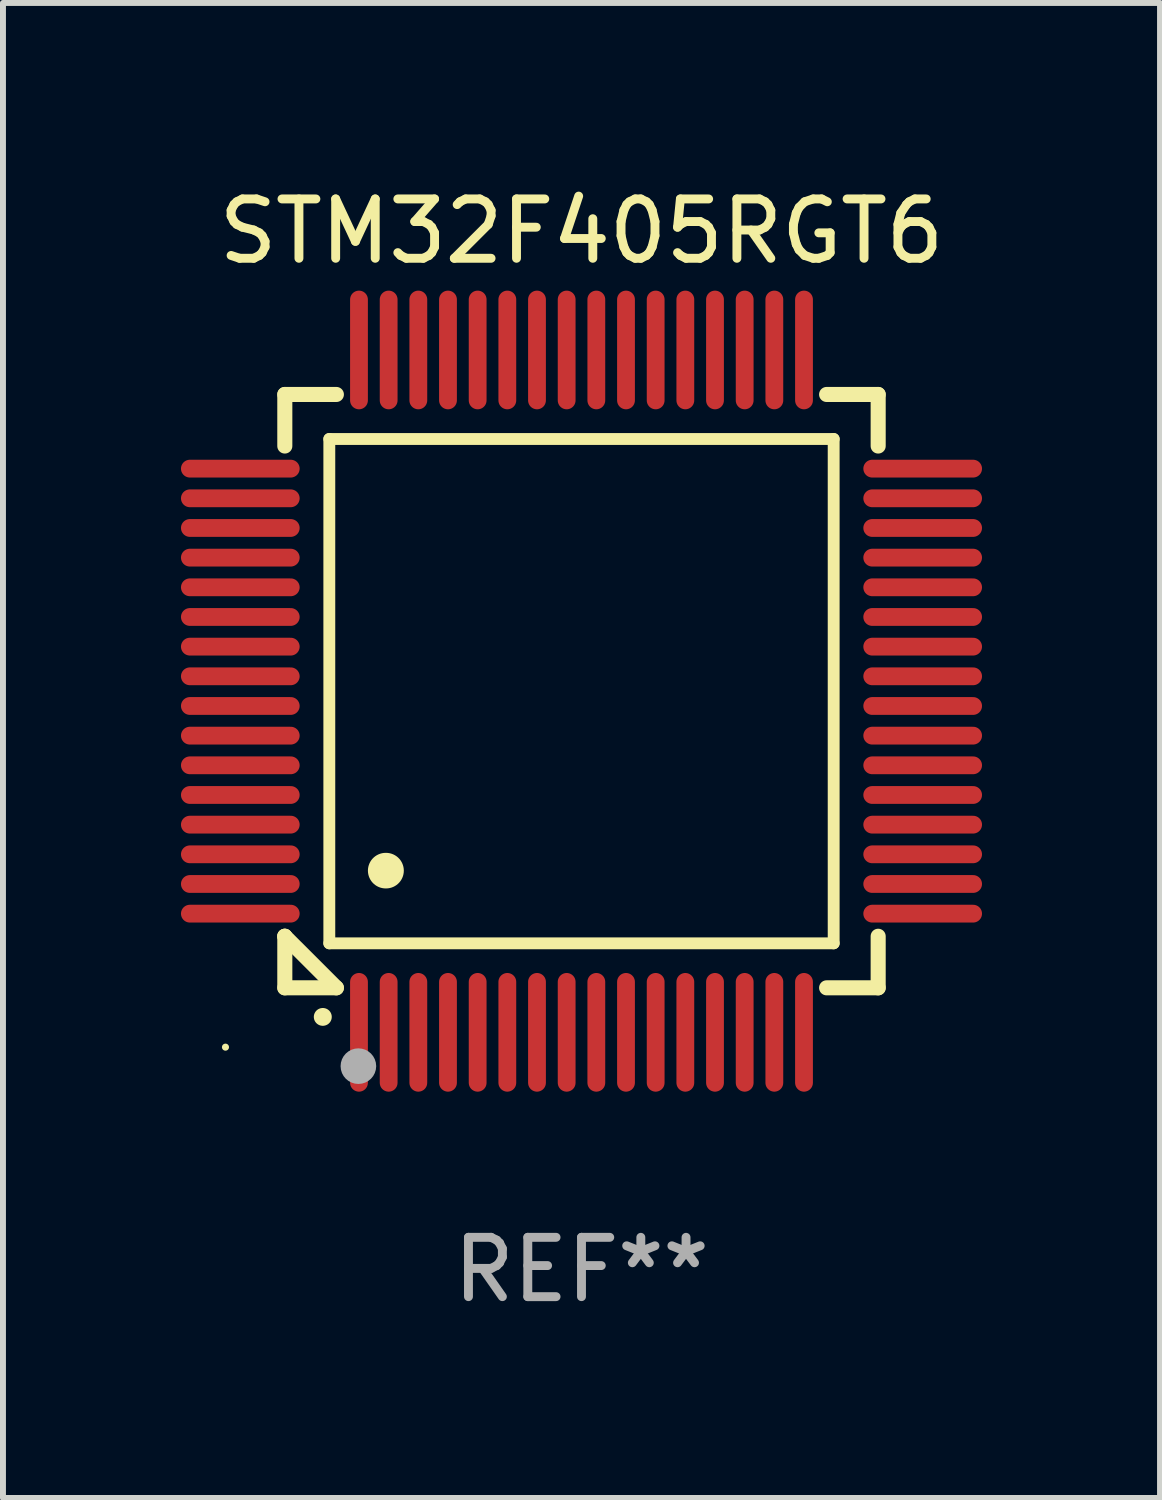
<source format=kicad_pcb>
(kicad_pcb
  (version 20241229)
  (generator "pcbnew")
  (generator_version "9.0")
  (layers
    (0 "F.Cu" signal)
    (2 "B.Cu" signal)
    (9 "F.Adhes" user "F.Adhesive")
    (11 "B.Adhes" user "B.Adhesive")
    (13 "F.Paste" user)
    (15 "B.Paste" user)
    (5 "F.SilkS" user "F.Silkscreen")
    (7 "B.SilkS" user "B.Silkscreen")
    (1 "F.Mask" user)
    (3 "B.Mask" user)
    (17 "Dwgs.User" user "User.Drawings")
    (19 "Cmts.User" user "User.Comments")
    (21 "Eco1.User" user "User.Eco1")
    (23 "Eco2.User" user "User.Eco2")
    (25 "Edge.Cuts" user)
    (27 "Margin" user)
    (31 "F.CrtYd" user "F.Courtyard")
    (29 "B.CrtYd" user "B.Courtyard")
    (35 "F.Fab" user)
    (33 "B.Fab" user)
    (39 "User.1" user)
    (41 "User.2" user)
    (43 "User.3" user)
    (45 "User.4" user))
  (footprint "STM32F405RGT6"
    (layer "F.Cu")
    (at 6.75 8.598)
    (property "Reference" "STM32F405RGT6" (at 0 -7.75 0) (layer "F.SilkS") (effects (font (size 1 1) (thickness 0.15))))
    (attr through_hole)
    (fp_line (start -5 -5) (end -4.131 -5) (stroke (width 0.254) (type solid)) (layer "F.SilkS"))
    (fp_line (start -5 -4.131) (end -5 -5) (stroke (width 0.254) (type solid)) (layer "F.SilkS"))
    (fp_line (start -5 4.131) (end -5 4.131) (stroke (width 0.254) (type solid)) (layer "F.SilkS"))
    (fp_line (start -5 5) (end -5 4.131) (stroke (width 0.254) (type solid)) (layer "F.SilkS"))
    (fp_line (start -5 4.131) (end -4.131 5) (stroke (width 0.254) (type solid)) (layer "F.SilkS"))
    (fp_line (start -4.25 -4.25) (end -4.25 4.25) (stroke (width 0.2) (type solid)) (layer "F.SilkS"))
    (fp_line (start -4.25 4.25) (end 4.25 4.25) (stroke (width 0.2) (type solid)) (layer "F.SilkS"))
    (fp_line (start -4.131 5) (end -5 5) (stroke (width 0.254) (type solid)) (layer "F.SilkS"))
    (fp_line (start 4.25 -4.25) (end -4.25 -4.25) (stroke (width 0.2) (type solid)) (layer "F.SilkS"))
    (fp_line (start 4.25 4.25) (end 4.25 -4.25) (stroke (width 0.2) (type solid)) (layer "F.SilkS"))
    (fp_line (start 5 -5) (end 4.131 -5) (stroke (width 0.254) (type solid)) (layer "F.SilkS"))
    (fp_line (start 5 -5) (end 5 -4.131) (stroke (width 0.254) (type solid)) (layer "F.SilkS"))
    (fp_line (start 5 4.131) (end 5 5) (stroke (width 0.254) (type solid)) (layer "F.SilkS"))
    (fp_line (start 5 5) (end 4.131 5) (stroke (width 0.254) (type solid)) (layer "F.SilkS"))
    (fp_arc (start -4.361265 5.489992) (mid -4.359995 5.489987) (end -4.358725 5.489992) (stroke (width 0.3) (type solid)) (layer "F.SilkS"))
    (fp_arc (start -3.299467 3.025146) (mid -3.296927 3.025135) (end -3.294387 3.025146) (stroke (width 0.6) (type solid)) (layer "F.SilkS"))
    (fp_circle (center -6 6) (end -5.97 6) (stroke (width 0.06) (type solid)) (fill no) (layer "F.SilkS"))
    (fp_circle (center -3.76 6.32) (end -3.61 6.32) (stroke (width 0.3) (type solid)) (fill no) (layer "F.Fab"))
    (fp_text user "REF**" (at 0 9.75 0) (layer "F.Fab") (effects (font (size 1 1) (thickness 0.15))))
    (pad "1" smd oval (at -3.75 5.75) (size 0.3 2) (layers "F.Cu" "F.Mask" "F.Paste"))
    (pad "2" smd oval (at -3.25 5.75) (size 0.3 2) (layers "F.Cu" "F.Mask" "F.Paste"))
    (pad "3" smd oval (at -2.75 5.75) (size 0.3 2) (layers "F.Cu" "F.Mask" "F.Paste"))
    (pad "4" smd oval (at -2.25 5.75) (size 0.3 2) (layers "F.Cu" "F.Mask" "F.Paste"))
    (pad "5" smd oval (at -1.75 5.75) (size 0.3 2) (layers "F.Cu" "F.Mask" "F.Paste"))
    (pad "6" smd oval (at -1.25 5.75) (size 0.3 2) (layers "F.Cu" "F.Mask" "F.Paste"))
    (pad "7" smd oval (at -0.75 5.75) (size 0.3 2) (layers "F.Cu" "F.Mask" "F.Paste"))
    (pad "8" smd oval (at -0.25 5.75) (size 0.3 2) (layers "F.Cu" "F.Mask" "F.Paste"))
    (pad "9" smd oval (at 0.25 5.75) (size 0.3 2) (layers "F.Cu" "F.Mask" "F.Paste"))
    (pad "10" smd oval (at 0.75 5.75) (size 0.3 2) (layers "F.Cu" "F.Mask" "F.Paste"))
    (pad "11" smd oval (at 1.25 5.75) (size 0.3 2) (layers "F.Cu" "F.Mask" "F.Paste"))
    (pad "12" smd oval (at 1.75 5.75) (size 0.3 2) (layers "F.Cu" "F.Mask" "F.Paste"))
    (pad "13" smd oval (at 2.25 5.75) (size 0.3 2) (layers "F.Cu" "F.Mask" "F.Paste"))
    (pad "14" smd oval (at 2.75 5.75) (size 0.3 2) (layers "F.Cu" "F.Mask" "F.Paste"))
    (pad "15" smd oval (at 3.25 5.75) (size 0.3 2) (layers "F.Cu" "F.Mask" "F.Paste"))
    (pad "16" smd oval (at 3.75 5.75) (size 0.3 2) (layers "F.Cu" "F.Mask" "F.Paste"))
    (pad "17" smd oval (at 5.75 3.75) (size 2 0.3) (layers "F.Cu" "F.Mask" "F.Paste"))
    (pad "18" smd oval (at 5.75 3.25) (size 2 0.3) (layers "F.Cu" "F.Mask" "F.Paste"))
    (pad "19" smd oval (at 5.75 2.75) (size 2 0.3) (layers "F.Cu" "F.Mask" "F.Paste"))
    (pad "20" smd oval (at 5.75 2.25) (size 2 0.3) (layers "F.Cu" "F.Mask" "F.Paste"))
    (pad "21" smd oval (at 5.75 1.75) (size 2 0.3) (layers "F.Cu" "F.Mask" "F.Paste"))
    (pad "22" smd oval (at 5.75 1.25) (size 2 0.3) (layers "F.Cu" "F.Mask" "F.Paste"))
    (pad "23" smd oval (at 5.75 0.75) (size 2 0.3) (layers "F.Cu" "F.Mask" "F.Paste"))
    (pad "24" smd oval (at 5.75 0.25) (size 2 0.3) (layers "F.Cu" "F.Mask" "F.Paste"))
    (pad "25" smd oval (at 5.75 -0.25) (size 2 0.3) (layers "F.Cu" "F.Mask" "F.Paste"))
    (pad "26" smd oval (at 5.75 -0.75) (size 2 0.3) (layers "F.Cu" "F.Mask" "F.Paste"))
    (pad "27" smd oval (at 5.75 -1.25) (size 2 0.3) (layers "F.Cu" "F.Mask" "F.Paste"))
    (pad "28" smd oval (at 5.75 -1.75) (size 2 0.3) (layers "F.Cu" "F.Mask" "F.Paste"))
    (pad "29" smd oval (at 5.75 -2.25) (size 2 0.3) (layers "F.Cu" "F.Mask" "F.Paste"))
    (pad "30" smd oval (at 5.75 -2.75) (size 2 0.3) (layers "F.Cu" "F.Mask" "F.Paste"))
    (pad "31" smd oval (at 5.75 -3.25) (size 2 0.3) (layers "F.Cu" "F.Mask" "F.Paste"))
    (pad "32" smd oval (at 5.75 -3.75) (size 2 0.3) (layers "F.Cu" "F.Mask" "F.Paste"))
    (pad "33" smd oval (at 3.75 -5.75) (size 0.3 2) (layers "F.Cu" "F.Mask" "F.Paste"))
    (pad "34" smd oval (at 3.25 -5.75) (size 0.3 2) (layers "F.Cu" "F.Mask" "F.Paste"))
    (pad "35" smd oval (at 2.75 -5.75) (size 0.3 2) (layers "F.Cu" "F.Mask" "F.Paste"))
    (pad "36" smd oval (at 2.25 -5.75) (size 0.3 2) (layers "F.Cu" "F.Mask" "F.Paste"))
    (pad "37" smd oval (at 1.75 -5.75) (size 0.3 2) (layers "F.Cu" "F.Mask" "F.Paste"))
    (pad "38" smd oval (at 1.25 -5.75) (size 0.3 2) (layers "F.Cu" "F.Mask" "F.Paste"))
    (pad "39" smd oval (at 0.75 -5.75) (size 0.3 2) (layers "F.Cu" "F.Mask" "F.Paste"))
    (pad "40" smd oval (at 0.25 -5.75) (size 0.3 2) (layers "F.Cu" "F.Mask" "F.Paste"))
    (pad "41" smd oval (at -0.25 -5.75) (size 0.3 2) (layers "F.Cu" "F.Mask" "F.Paste"))
    (pad "42" smd oval (at -0.75 -5.75) (size 0.3 2) (layers "F.Cu" "F.Mask" "F.Paste"))
    (pad "43" smd oval (at -1.25 -5.75) (size 0.3 2) (layers "F.Cu" "F.Mask" "F.Paste"))
    (pad "44" smd oval (at -1.75 -5.75) (size 0.3 2) (layers "F.Cu" "F.Mask" "F.Paste"))
    (pad "45" smd oval (at -2.25 -5.75) (size 0.3 2) (layers "F.Cu" "F.Mask" "F.Paste"))
    (pad "46" smd oval (at -2.75 -5.75) (size 0.3 2) (layers "F.Cu" "F.Mask" "F.Paste"))
    (pad "47" smd oval (at -3.25 -5.75) (size 0.3 2) (layers "F.Cu" "F.Mask" "F.Paste"))
    (pad "48" smd oval (at -3.75 -5.75) (size 0.3 2) (layers "F.Cu" "F.Mask" "F.Paste"))
    (pad "49" smd oval (at -5.75 -3.75) (size 2 0.3) (layers "F.Cu" "F.Mask" "F.Paste"))
    (pad "50" smd oval (at -5.75 -3.25) (size 2 0.3) (layers "F.Cu" "F.Mask" "F.Paste"))
    (pad "51" smd oval (at -5.75 -2.75) (size 2 0.3) (layers "F.Cu" "F.Mask" "F.Paste"))
    (pad "52" smd oval (at -5.75 -2.25) (size 2 0.3) (layers "F.Cu" "F.Mask" "F.Paste"))
    (pad "53" smd oval (at -5.75 -1.75) (size 2 0.3) (layers "F.Cu" "F.Mask" "F.Paste"))
    (pad "54" smd oval (at -5.75 -1.25) (size 2 0.3) (layers "F.Cu" "F.Mask" "F.Paste"))
    (pad "55" smd oval (at -5.75 -0.75) (size 2 0.3) (layers "F.Cu" "F.Mask" "F.Paste"))
    (pad "56" smd oval (at -5.75 -0.25) (size 2 0.3) (layers "F.Cu" "F.Mask" "F.Paste"))
    (pad "57" smd oval (at -5.75 0.25) (size 2 0.3) (layers "F.Cu" "F.Mask" "F.Paste"))
    (pad "58" smd oval (at -5.75 0.75) (size 2 0.3) (layers "F.Cu" "F.Mask" "F.Paste"))
    (pad "59" smd oval (at -5.75 1.25) (size 2 0.3) (layers "F.Cu" "F.Mask" "F.Paste"))
    (pad "60" smd oval (at -5.75 1.75) (size 2 0.3) (layers "F.Cu" "F.Mask" "F.Paste"))
    (pad "61" smd oval (at -5.75 2.25) (size 2 0.3) (layers "F.Cu" "F.Mask" "F.Paste"))
    (pad "62" smd oval (at -5.75 2.75) (size 2 0.3) (layers "F.Cu" "F.Mask" "F.Paste"))
    (pad "63" smd oval (at -5.75 3.25) (size 2 0.3) (layers "F.Cu" "F.Mask" "F.Paste"))
    (pad "64" smd oval (at -5.75 3.75) (size 2 0.3) (layers "F.Cu" "F.Mask" "F.Paste")))
  (gr_rect
    (start -3 -3)
    (end 16.5 22.196)
    (stroke (width 0.1) (type default))
    (fill no)
    (layer "Edge.Cuts")))
</source>
